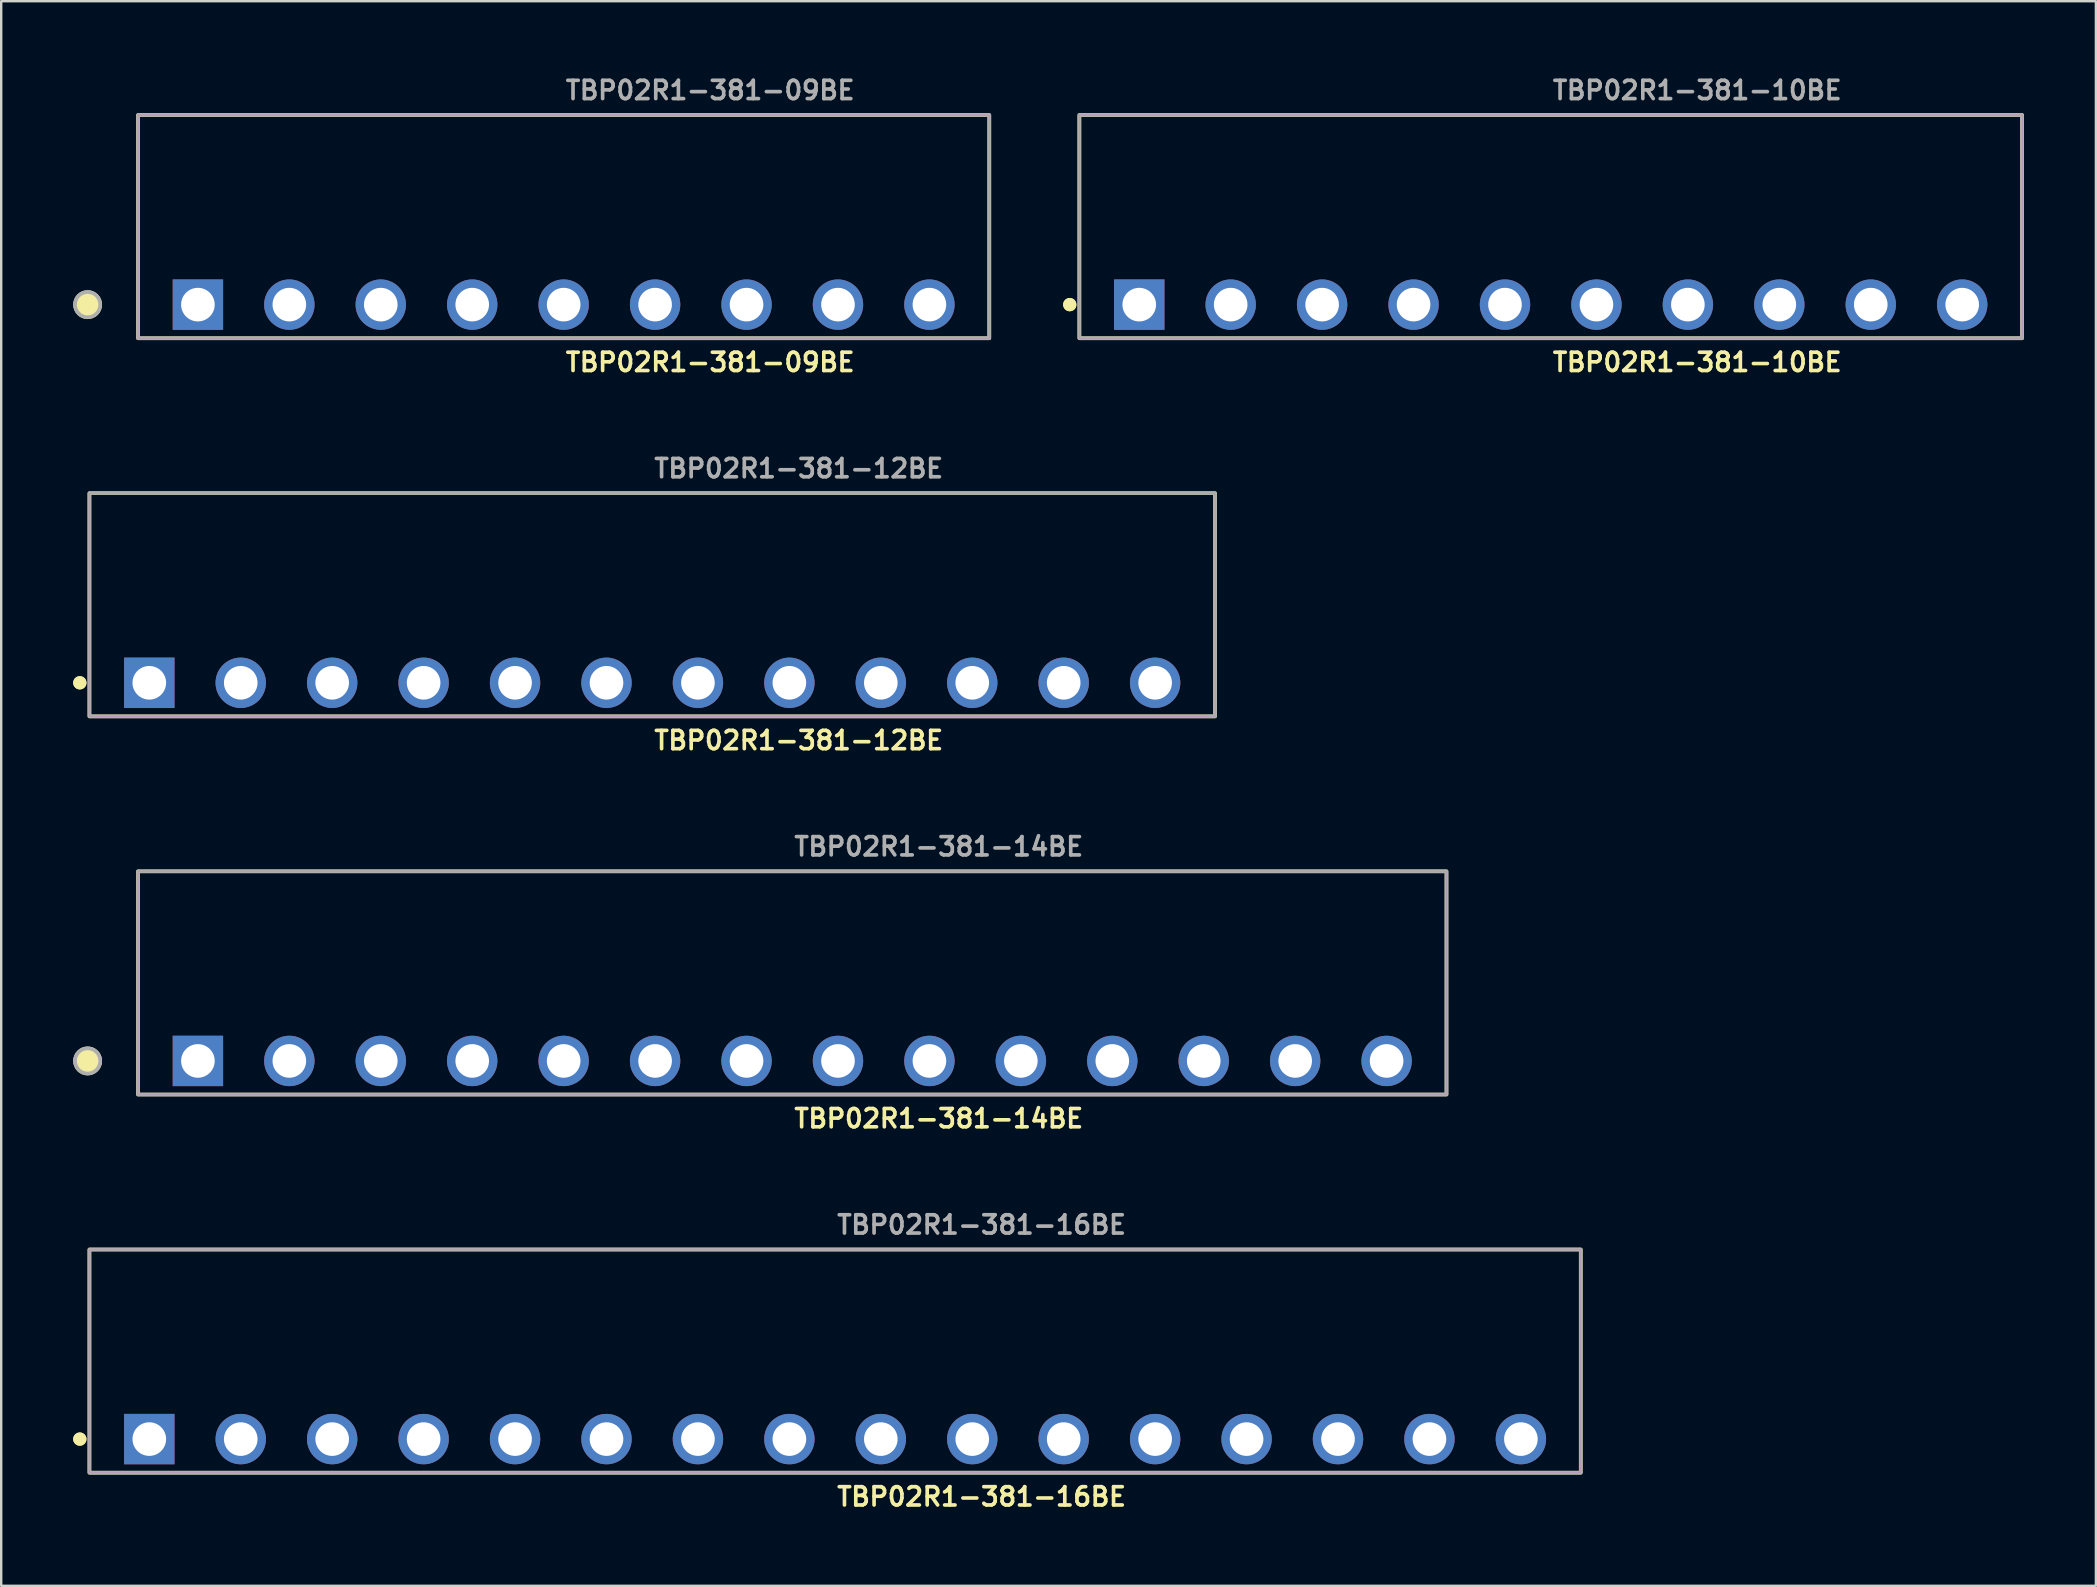
<source format=kicad_pcb>
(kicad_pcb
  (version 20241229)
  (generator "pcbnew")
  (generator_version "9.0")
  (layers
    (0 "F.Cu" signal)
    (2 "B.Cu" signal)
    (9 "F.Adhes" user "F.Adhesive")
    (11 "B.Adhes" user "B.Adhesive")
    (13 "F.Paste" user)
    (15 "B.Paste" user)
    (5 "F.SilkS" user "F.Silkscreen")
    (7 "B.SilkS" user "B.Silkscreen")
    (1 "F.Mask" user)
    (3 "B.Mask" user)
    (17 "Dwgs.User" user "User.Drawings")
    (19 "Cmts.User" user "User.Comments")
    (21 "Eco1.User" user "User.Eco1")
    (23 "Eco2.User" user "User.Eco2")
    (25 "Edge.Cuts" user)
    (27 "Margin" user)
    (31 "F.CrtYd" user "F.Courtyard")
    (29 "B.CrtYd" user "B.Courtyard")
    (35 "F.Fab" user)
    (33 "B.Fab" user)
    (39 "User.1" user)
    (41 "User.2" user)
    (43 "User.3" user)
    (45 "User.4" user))
  (footprint "TBP02R1-381-09BE"
    (layer "F.Cu")
    (at 20.436 9.643)
    (property "Reference" "TBP02R1-381-09BE" (at 0 2.4 0) (unlocked yes) (layer "F.SilkS") (effects (font (size 0.762 0.762) (thickness 0.152)) (justify left)))
    (fp_rect (start -17.735 1.4) (end 17.735 -7.9) (stroke (width 0.152) (type solid)) (fill no) (layer "F.SilkS"))
    (fp_circle (center -19.835 0) (end -20.36 0) (stroke (width 0.152) (type solid)) (fill yes) (layer "F.SilkS"))
    (fp_rect (start -17.735 1.4) (end 17.735 -7.9) (stroke (width 0.006) (type solid)) (fill no) (layer "F.CrtYd"))
    (fp_rect (start -17.735 1.4) (end 17.735 -7.9) (stroke (width 0.152) (type solid)) (fill no) (layer "F.Fab"))
    (fp_circle (center -19.835 0) (end -20.36 0) (stroke (width 0.152) (type solid)) (fill no) (layer "F.Fab"))
    (fp_text user "${REFERENCE}" (at 0 -8.93 0) (unlocked yes) (layer "F.Fab") (effects (font (size 0.762 0.762) (thickness 0.152)) (justify left)))
    (pad "1" thru_hole rect (at -15.24 0) (size 2.1 2.1) (drill 1.4) (layers "*.Cu" "*.Mask"))
    (pad "2" thru_hole circle (at -11.43 0) (size 2.1 2.1) (drill 1.4) (layers "*.Cu" "*.Mask"))
    (pad "3" thru_hole circle (at -7.62 0) (size 2.1 2.1) (drill 1.4) (layers "*.Cu" "*.Mask"))
    (pad "4" thru_hole circle (at -3.81 0) (size 2.1 2.1) (drill 1.4) (layers "*.Cu" "*.Mask"))
    (pad "5" thru_hole circle (at 0 0) (size 2.1 2.1) (drill 1.4) (layers "*.Cu" "*.Mask"))
    (pad "6" thru_hole circle (at 3.81 0) (size 2.1 2.1) (drill 1.4) (layers "*.Cu" "*.Mask"))
    (pad "7" thru_hole circle (at 7.62 0) (size 2.1 2.1) (drill 1.4) (layers "*.Cu" "*.Mask"))
    (pad "8" thru_hole circle (at 11.43 0) (size 2.1 2.1) (drill 1.4) (layers "*.Cu" "*.Mask"))
    (pad "9" thru_hole circle (at 15.24 0) (size 2.1 2.1) (drill 1.4) (layers "*.Cu" "*.Mask")))
  (footprint "TBP02R1-381-10BE"
    (layer "F.Cu")
    (at 61.564 9.643)
    (property "Reference" "TBP02R1-381-10BE" (at 0 2.4 0) (unlocked yes) (layer "F.SilkS") (effects (font (size 0.762 0.762) (thickness 0.152)) (justify left)))
    (fp_rect (start -19.64 1.4) (end 19.64 -7.9) (stroke (width 0.152) (type solid)) (fill no) (layer "F.SilkS"))
    (fp_circle (center -20.04 0) (end -20.24 0) (stroke (width 0.152) (type solid)) (fill yes) (layer "F.SilkS"))
    (fp_circle (center -20.04 0) (end -20.24 0) (stroke (width 0.152) (type solid)) (fill yes) (layer "F.SilkS"))
    (fp_rect (start -19.64 1.4) (end 19.64 -7.9) (stroke (width 0.006) (type solid)) (fill no) (layer "F.CrtYd"))
    (fp_rect (start -19.64 1.4) (end 19.64 -7.9) (stroke (width 0.152) (type solid)) (fill no) (layer "F.Fab"))
    (fp_text user "${REFERENCE}" (at 0 -8.93 0) (unlocked yes) (layer "F.Fab") (effects (font (size 0.762 0.762) (thickness 0.152)) (justify left)))
    (pad "1" thru_hole rect (at -17.145 0) (size 2.1 2.1) (drill 1.4) (layers "*.Cu" "*.Mask"))
    (pad "2" thru_hole circle (at -13.335 0) (size 2.1 2.1) (drill 1.4) (layers "*.Cu" "*.Mask"))
    (pad "3" thru_hole circle (at -9.525 0) (size 2.1 2.1) (drill 1.4) (layers "*.Cu" "*.Mask"))
    (pad "4" thru_hole circle (at -5.715 0) (size 2.1 2.1) (drill 1.4) (layers "*.Cu" "*.Mask"))
    (pad "5" thru_hole circle (at -1.905 0) (size 2.1 2.1) (drill 1.4) (layers "*.Cu" "*.Mask"))
    (pad "6" thru_hole circle (at 1.905 0) (size 2.1 2.1) (drill 1.4) (layers "*.Cu" "*.Mask"))
    (pad "7" thru_hole circle (at 5.715 0) (size 2.1 2.1) (drill 1.4) (layers "*.Cu" "*.Mask"))
    (pad "8" thru_hole circle (at 9.525 0) (size 2.1 2.1) (drill 1.4) (layers "*.Cu" "*.Mask"))
    (pad "9" thru_hole circle (at 13.335 0) (size 2.1 2.1) (drill 1.4) (layers "*.Cu" "*.Mask"))
    (pad "10" thru_hole circle (at 17.145 0) (size 2.1 2.1) (drill 1.4) (layers "*.Cu" "*.Mask")))
  (footprint "TBP02R1-381-12BE"
    (layer "F.Cu")
    (at 24.126 25.4)
    (property "Reference" "TBP02R1-381-12BE" (at 0 2.4 0) (unlocked yes) (layer "F.SilkS") (effects (font (size 0.762 0.762) (thickness 0.152)) (justify left)))
    (fp_rect (start -23.45 1.4) (end 23.45 -7.9) (stroke (width 0.152) (type solid)) (fill no) (layer "F.SilkS"))
    (fp_circle (center -23.85 0) (end -24.05 0) (stroke (width 0.152) (type solid)) (fill yes) (layer "F.SilkS"))
    (fp_circle (center -23.85 0) (end -24.05 0) (stroke (width 0.152) (type solid)) (fill yes) (layer "F.SilkS"))
    (fp_rect (start -23.45 1.4) (end 23.45 -7.9) (stroke (width 0.006) (type solid)) (fill no) (layer "F.CrtYd"))
    (fp_rect (start -23.45 1.4) (end 23.45 -7.9) (stroke (width 0.152) (type solid)) (fill no) (layer "F.Fab"))
    (fp_text user "${REFERENCE}" (at 0 -8.93 0) (unlocked yes) (layer "F.Fab") (effects (font (size 0.762 0.762) (thickness 0.152)) (justify left)))
    (pad "1" thru_hole rect (at -20.955 0) (size 2.1 2.1) (drill 1.4) (layers "*.Cu" "*.Mask"))
    (pad "2" thru_hole circle (at -17.145 0) (size 2.1 2.1) (drill 1.4) (layers "*.Cu" "*.Mask"))
    (pad "3" thru_hole circle (at -13.335 0) (size 2.1 2.1) (drill 1.4) (layers "*.Cu" "*.Mask"))
    (pad "4" thru_hole circle (at -9.525 0) (size 2.1 2.1) (drill 1.4) (layers "*.Cu" "*.Mask"))
    (pad "5" thru_hole circle (at -5.715 0) (size 2.1 2.1) (drill 1.4) (layers "*.Cu" "*.Mask"))
    (pad "6" thru_hole circle (at -1.905 0) (size 2.1 2.1) (drill 1.4) (layers "*.Cu" "*.Mask"))
    (pad "7" thru_hole circle (at 1.905 0) (size 2.1 2.1) (drill 1.4) (layers "*.Cu" "*.Mask"))
    (pad "8" thru_hole circle (at 5.715 0) (size 2.1 2.1) (drill 1.4) (layers "*.Cu" "*.Mask"))
    (pad "9" thru_hole circle (at 9.525 0) (size 2.1 2.1) (drill 1.4) (layers "*.Cu" "*.Mask"))
    (pad "10" thru_hole circle (at 13.335 0) (size 2.1 2.1) (drill 1.4) (layers "*.Cu" "*.Mask"))
    (pad "11" thru_hole circle (at 17.145 0) (size 2.1 2.1) (drill 1.4) (layers "*.Cu" "*.Mask"))
    (pad "12" thru_hole circle (at 20.955 0) (size 2.1 2.1) (drill 1.4) (layers "*.Cu" "*.Mask")))
  (footprint "TBP02R1-381-14BE"
    (layer "F.Cu")
    (at 29.961 41.156)
    (property "Reference" "TBP02R1-381-14BE" (at 0 2.4 0) (unlocked yes) (layer "F.SilkS") (effects (font (size 0.762 0.762) (thickness 0.152)) (justify left)))
    (fp_rect (start -27.26 1.4) (end 27.26 -7.9) (stroke (width 0.152) (type solid)) (fill no) (layer "F.SilkS"))
    (fp_circle (center -29.36 0) (end -29.885 0) (stroke (width 0.152) (type solid)) (fill yes) (layer "F.SilkS"))
    (fp_rect (start -27.26 1.4) (end 27.26 -7.9) (stroke (width 0.006) (type solid)) (fill no) (layer "F.CrtYd"))
    (fp_rect (start -27.26 1.4) (end 27.26 -7.9) (stroke (width 0.152) (type solid)) (fill no) (layer "F.Fab"))
    (fp_circle (center -29.36 0) (end -29.885 0) (stroke (width 0.152) (type solid)) (fill no) (layer "F.Fab"))
    (fp_text user "${REFERENCE}" (at 0 -8.93 0) (unlocked yes) (layer "F.Fab") (effects (font (size 0.762 0.762) (thickness 0.152)) (justify left)))
    (pad "1" thru_hole rect (at -24.765 0) (size 2.1 2.1) (drill 1.4) (layers "*.Cu" "*.Mask"))
    (pad "2" thru_hole circle (at -20.955 0) (size 2.1 2.1) (drill 1.4) (layers "*.Cu" "*.Mask"))
    (pad "3" thru_hole circle (at -17.145 0) (size 2.1 2.1) (drill 1.4) (layers "*.Cu" "*.Mask"))
    (pad "4" thru_hole circle (at -13.335 0) (size 2.1 2.1) (drill 1.4) (layers "*.Cu" "*.Mask"))
    (pad "5" thru_hole circle (at -9.525 0) (size 2.1 2.1) (drill 1.4) (layers "*.Cu" "*.Mask"))
    (pad "6" thru_hole circle (at -5.715 0) (size 2.1 2.1) (drill 1.4) (layers "*.Cu" "*.Mask"))
    (pad "7" thru_hole circle (at -1.905 0) (size 2.1 2.1) (drill 1.4) (layers "*.Cu" "*.Mask"))
    (pad "8" thru_hole circle (at 1.905 0) (size 2.1 2.1) (drill 1.4) (layers "*.Cu" "*.Mask"))
    (pad "9" thru_hole circle (at 5.715 0) (size 2.1 2.1) (drill 1.4) (layers "*.Cu" "*.Mask"))
    (pad "10" thru_hole circle (at 9.525 0) (size 2.1 2.1) (drill 1.4) (layers "*.Cu" "*.Mask"))
    (pad "11" thru_hole circle (at 13.335 0) (size 2.1 2.1) (drill 1.4) (layers "*.Cu" "*.Mask"))
    (pad "12" thru_hole circle (at 17.145 0) (size 2.1 2.1) (drill 1.4) (layers "*.Cu" "*.Mask"))
    (pad "13" thru_hole circle (at 20.955 0) (size 2.1 2.1) (drill 1.4) (layers "*.Cu" "*.Mask"))
    (pad "14" thru_hole circle (at 24.765 0) (size 2.1 2.1) (drill 1.4) (layers "*.Cu" "*.Mask")))
  (footprint "TBP02R1-381-16BE"
    (layer "F.Cu")
    (at 31.746 56.913)
    (property "Reference" "TBP02R1-381-16BE" (at 0 2.4 0) (unlocked yes) (layer "F.SilkS") (effects (font (size 0.762 0.762) (thickness 0.152)) (justify left)))
    (fp_rect (start -31.07 1.4) (end 31.07 -7.9) (stroke (width 0.152) (type solid)) (fill no) (layer "F.SilkS"))
    (fp_circle (center -31.47 0) (end -31.67 0) (stroke (width 0.152) (type solid)) (fill yes) (layer "F.SilkS"))
    (fp_circle (center -31.47 0) (end -31.67 0) (stroke (width 0.152) (type solid)) (fill yes) (layer "F.SilkS"))
    (fp_rect (start -31.07 1.4) (end 31.07 -7.9) (stroke (width 0.006) (type solid)) (fill no) (layer "F.CrtYd"))
    (fp_rect (start -31.07 1.4) (end 31.07 -7.9) (stroke (width 0.152) (type solid)) (fill no) (layer "F.Fab"))
    (fp_text user "${REFERENCE}" (at 0 -8.93 0) (unlocked yes) (layer "F.Fab") (effects (font (size 0.762 0.762) (thickness 0.152)) (justify left)))
    (pad "1" thru_hole rect (at -28.575 0) (size 2.1 2.1) (drill 1.4) (layers "*.Cu" "*.Mask"))
    (pad "2" thru_hole circle (at -24.765 0) (size 2.1 2.1) (drill 1.4) (layers "*.Cu" "*.Mask"))
    (pad "3" thru_hole circle (at -20.955 0) (size 2.1 2.1) (drill 1.4) (layers "*.Cu" "*.Mask"))
    (pad "4" thru_hole circle (at -17.145 0) (size 2.1 2.1) (drill 1.4) (layers "*.Cu" "*.Mask"))
    (pad "5" thru_hole circle (at -13.335 0) (size 2.1 2.1) (drill 1.4) (layers "*.Cu" "*.Mask"))
    (pad "6" thru_hole circle (at -9.525 0) (size 2.1 2.1) (drill 1.4) (layers "*.Cu" "*.Mask"))
    (pad "7" thru_hole circle (at -5.715 0) (size 2.1 2.1) (drill 1.4) (layers "*.Cu" "*.Mask"))
    (pad "8" thru_hole circle (at -1.905 0) (size 2.1 2.1) (drill 1.4) (layers "*.Cu" "*.Mask"))
    (pad "9" thru_hole circle (at 1.905 0) (size 2.1 2.1) (drill 1.4) (layers "*.Cu" "*.Mask"))
    (pad "10" thru_hole circle (at 5.715 0) (size 2.1 2.1) (drill 1.4) (layers "*.Cu" "*.Mask"))
    (pad "11" thru_hole circle (at 9.525 0) (size 2.1 2.1) (drill 1.4) (layers "*.Cu" "*.Mask"))
    (pad "12" thru_hole circle (at 13.335 0) (size 2.1 2.1) (drill 1.4) (layers "*.Cu" "*.Mask"))
    (pad "13" thru_hole circle (at 17.145 0) (size 2.1 2.1) (drill 1.4) (layers "*.Cu" "*.Mask"))
    (pad "14" thru_hole circle (at 20.955 0) (size 2.1 2.1) (drill 1.4) (layers "*.Cu" "*.Mask"))
    (pad "15" thru_hole circle (at 24.765 0) (size 2.1 2.1) (drill 1.4) (layers "*.Cu" "*.Mask"))
    (pad "16" thru_hole circle (at 28.575 0) (size 2.1 2.1) (drill 1.4) (layers "*.Cu" "*.Mask")))
  (gr_rect
    (start -3 -3)
    (end 84.28 63.026)
    (stroke (width 0.1) (type default))
    (fill no)
    (layer "Edge.Cuts")))
</source>
